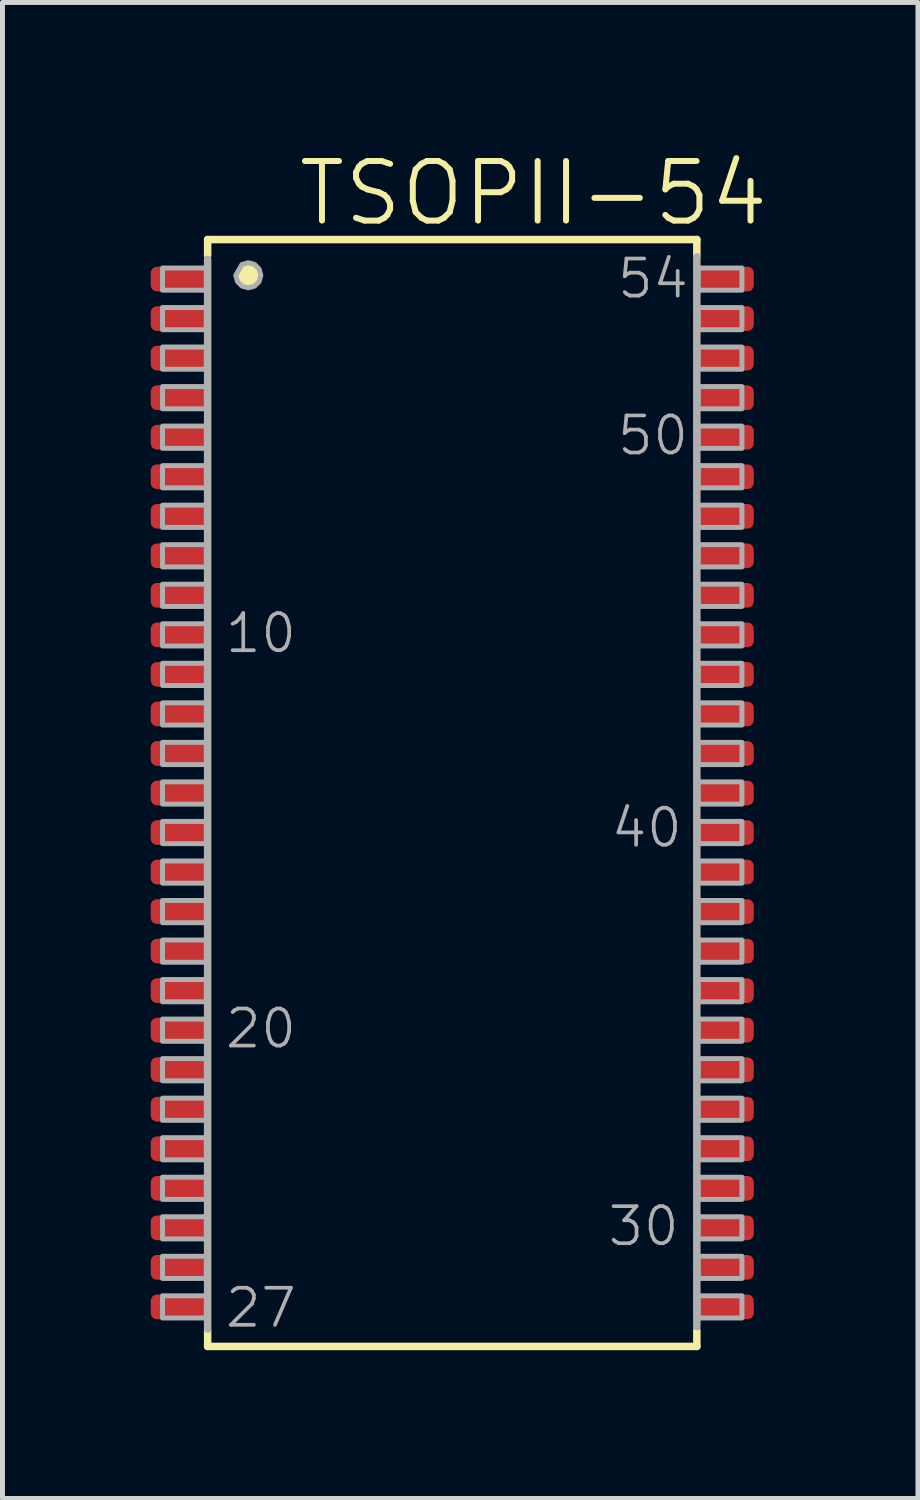
<source format=kicad_pcb>
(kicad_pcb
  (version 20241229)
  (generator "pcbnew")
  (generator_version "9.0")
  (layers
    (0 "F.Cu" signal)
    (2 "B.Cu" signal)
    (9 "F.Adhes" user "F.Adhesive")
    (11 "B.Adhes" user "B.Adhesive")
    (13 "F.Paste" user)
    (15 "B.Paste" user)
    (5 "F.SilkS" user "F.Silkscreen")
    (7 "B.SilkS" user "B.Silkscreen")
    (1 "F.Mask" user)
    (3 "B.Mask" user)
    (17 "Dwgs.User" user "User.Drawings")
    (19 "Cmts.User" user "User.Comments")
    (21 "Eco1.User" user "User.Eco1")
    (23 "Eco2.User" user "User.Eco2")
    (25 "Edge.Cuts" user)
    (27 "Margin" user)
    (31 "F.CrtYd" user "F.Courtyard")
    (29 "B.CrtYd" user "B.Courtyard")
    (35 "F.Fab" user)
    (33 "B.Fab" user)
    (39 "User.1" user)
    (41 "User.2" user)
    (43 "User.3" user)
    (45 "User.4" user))
  (footprint "TSOPII-54"
    (layer "F.Cu")
    (at 6.102 12.998)
    (property "Reference" "TSOPII-54" (at -3.175 -11.43 180) (layer "F.SilkS") (effects (font (size 1.206 1.206) (thickness 0.121)) (justify left bottom)))
    (attr through_hole)
    (fp_line (start -4.95 -11.2) (end -4.95 -10.875) (stroke (width 0.152) (type solid)) (layer "F.SilkS"))
    (fp_line (start -4.95 11.2) (end -4.95 10.875) (stroke (width 0.152) (type solid)) (layer "F.SilkS"))
    (fp_line (start -4.95 11.2) (end 4.95 11.2) (stroke (width 0.152) (type solid)) (layer "F.SilkS"))
    (fp_line (start 4.95 -11.2) (end -4.95 -11.2) (stroke (width 0.152) (type solid)) (layer "F.SilkS"))
    (fp_line (start 4.95 -11.2) (end 4.95 -10.875) (stroke (width 0.152) (type solid)) (layer "F.SilkS"))
    (fp_line (start 4.95 11.2) (end 4.95 10.875) (stroke (width 0.152) (type solid)) (layer "F.SilkS"))
    (fp_poly (pts (xy -4.381 -10.477) (xy -4.347 -10.351) (xy -4.255 -10.258) (xy -4.128 -10.223) (xy -4 -10.258) (xy -3.908 -10.351) (xy -3.873 -10.477) (xy -3.908 -10.604) (xy -4 -10.697) (xy -4.128 -10.732) (xy -4.255 -10.697)) (stroke (width 0) (type solid)) (fill yes) (layer "F.SilkS"))
    (fp_line (start -4.95 -10.8) (end -4.95 10.85) (stroke (width 0.152) (type solid)) (layer "F.Fab"))
    (fp_line (start 4.95 10.8) (end 4.95 -10.85) (stroke (width 0.152) (type solid)) (layer "F.Fab"))
    (fp_poly (pts (xy -5.863 -10.625) (xy -5.863 -10.175) (xy -4.975 -10.175) (xy -4.975 -10.625)) (stroke (width 0.1) (type solid)) (fill no) (layer "F.Fab"))
    (fp_poly (pts (xy -5.863 -9.825) (xy -5.863 -9.375) (xy -4.975 -9.375) (xy -4.975 -9.825)) (stroke (width 0.1) (type solid)) (fill no) (layer "F.Fab"))
    (fp_poly (pts (xy -5.863 -9.025) (xy -5.863 -8.575) (xy -4.975 -8.575) (xy -4.975 -9.025)) (stroke (width 0.1) (type solid)) (fill no) (layer "F.Fab"))
    (fp_poly (pts (xy -5.863 -8.225) (xy -5.863 -7.775) (xy -4.975 -7.775) (xy -4.975 -8.225)) (stroke (width 0.1) (type solid)) (fill no) (layer "F.Fab"))
    (fp_poly (pts (xy -5.863 -7.425) (xy -5.863 -6.975) (xy -4.975 -6.975) (xy -4.975 -7.425)) (stroke (width 0.1) (type solid)) (fill no) (layer "F.Fab"))
    (fp_poly (pts (xy -5.863 -6.625) (xy -5.863 -6.175) (xy -4.975 -6.175) (xy -4.975 -6.625)) (stroke (width 0.1) (type solid)) (fill no) (layer "F.Fab"))
    (fp_poly (pts (xy -5.863 -5.825) (xy -5.863 -5.375) (xy -4.975 -5.375) (xy -4.975 -5.825)) (stroke (width 0.1) (type solid)) (fill no) (layer "F.Fab"))
    (fp_poly (pts (xy -5.863 -5.025) (xy -5.863 -4.575) (xy -4.975 -4.575) (xy -4.975 -5.025)) (stroke (width 0.1) (type solid)) (fill no) (layer "F.Fab"))
    (fp_poly (pts (xy -5.863 -4.225) (xy -5.863 -3.775) (xy -4.975 -3.775) (xy -4.975 -4.225)) (stroke (width 0.1) (type solid)) (fill no) (layer "F.Fab"))
    (fp_poly (pts (xy -5.863 -3.425) (xy -5.863 -2.975) (xy -4.975 -2.975) (xy -4.975 -3.425)) (stroke (width 0.1) (type solid)) (fill no) (layer "F.Fab"))
    (fp_poly (pts (xy -5.863 -2.625) (xy -5.863 -2.175) (xy -4.975 -2.175) (xy -4.975 -2.625)) (stroke (width 0.1) (type solid)) (fill no) (layer "F.Fab"))
    (fp_poly (pts (xy -5.863 -1.825) (xy -5.863 -1.375) (xy -4.975 -1.375) (xy -4.975 -1.825)) (stroke (width 0.1) (type solid)) (fill no) (layer "F.Fab"))
    (fp_poly (pts (xy -5.863 -1.025) (xy -5.863 -0.575) (xy -4.975 -0.575) (xy -4.975 -1.025)) (stroke (width 0.1) (type solid)) (fill no) (layer "F.Fab"))
    (fp_poly (pts (xy -5.863 -0.225) (xy -5.863 0.225) (xy -4.975 0.225) (xy -4.975 -0.225)) (stroke (width 0.1) (type solid)) (fill no) (layer "F.Fab"))
    (fp_poly (pts (xy -5.863 0.575) (xy -5.863 1.025) (xy -4.975 1.025) (xy -4.975 0.575)) (stroke (width 0.1) (type solid)) (fill no) (layer "F.Fab"))
    (fp_poly (pts (xy -5.863 1.375) (xy -5.863 1.825) (xy -4.975 1.825) (xy -4.975 1.375)) (stroke (width 0.1) (type solid)) (fill no) (layer "F.Fab"))
    (fp_poly (pts (xy -5.863 2.175) (xy -5.863 2.625) (xy -4.975 2.625) (xy -4.975 2.175)) (stroke (width 0.1) (type solid)) (fill no) (layer "F.Fab"))
    (fp_poly (pts (xy -5.863 2.975) (xy -5.863 3.425) (xy -4.975 3.425) (xy -4.975 2.975)) (stroke (width 0.1) (type solid)) (fill no) (layer "F.Fab"))
    (fp_poly (pts (xy -5.863 3.775) (xy -5.863 4.225) (xy -4.975 4.225) (xy -4.975 3.775)) (stroke (width 0.1) (type solid)) (fill no) (layer "F.Fab"))
    (fp_poly (pts (xy -5.863 4.575) (xy -5.863 5.025) (xy -4.975 5.025) (xy -4.975 4.575)) (stroke (width 0.1) (type solid)) (fill no) (layer "F.Fab"))
    (fp_poly (pts (xy -5.863 5.375) (xy -5.863 5.825) (xy -4.975 5.825) (xy -4.975 5.375)) (stroke (width 0.1) (type solid)) (fill no) (layer "F.Fab"))
    (fp_poly (pts (xy -5.863 6.175) (xy -5.863 6.625) (xy -4.975 6.625) (xy -4.975 6.175)) (stroke (width 0.1) (type solid)) (fill no) (layer "F.Fab"))
    (fp_poly (pts (xy -5.863 6.975) (xy -5.863 7.425) (xy -4.975 7.425) (xy -4.975 6.975)) (stroke (width 0.1) (type solid)) (fill no) (layer "F.Fab"))
    (fp_poly (pts (xy -5.863 7.775) (xy -5.863 8.225) (xy -4.975 8.225) (xy -4.975 7.775)) (stroke (width 0.1) (type solid)) (fill no) (layer "F.Fab"))
    (fp_poly (pts (xy -5.863 8.575) (xy -5.863 9.025) (xy -4.975 9.025) (xy -4.975 8.575)) (stroke (width 0.1) (type solid)) (fill no) (layer "F.Fab"))
    (fp_poly (pts (xy -5.863 9.375) (xy -5.863 9.825) (xy -4.975 9.825) (xy -4.975 9.375)) (stroke (width 0.1) (type solid)) (fill no) (layer "F.Fab"))
    (fp_poly (pts (xy -5.863 10.175) (xy -5.863 10.625) (xy -4.975 10.625) (xy -4.975 10.175)) (stroke (width 0.1) (type solid)) (fill no) (layer "F.Fab"))
    (fp_poly (pts (xy 5.863 -10.175) (xy 5.863 -10.625) (xy 4.975 -10.625) (xy 4.975 -10.175)) (stroke (width 0.1) (type solid)) (fill no) (layer "F.Fab"))
    (fp_poly (pts (xy 5.863 -9.375) (xy 5.863 -9.825) (xy 4.975 -9.825) (xy 4.975 -9.375)) (stroke (width 0.1) (type solid)) (fill no) (layer "F.Fab"))
    (fp_poly (pts (xy 5.863 -8.575) (xy 5.863 -9.025) (xy 4.975 -9.025) (xy 4.975 -8.575)) (stroke (width 0.1) (type solid)) (fill no) (layer "F.Fab"))
    (fp_poly (pts (xy 5.863 -7.775) (xy 5.863 -8.225) (xy 4.975 -8.225) (xy 4.975 -7.775)) (stroke (width 0.1) (type solid)) (fill no) (layer "F.Fab"))
    (fp_poly (pts (xy 5.863 -6.975) (xy 5.863 -7.425) (xy 4.975 -7.425) (xy 4.975 -6.975)) (stroke (width 0.1) (type solid)) (fill no) (layer "F.Fab"))
    (fp_poly (pts (xy 5.863 -6.175) (xy 5.863 -6.625) (xy 4.975 -6.625) (xy 4.975 -6.175)) (stroke (width 0.1) (type solid)) (fill no) (layer "F.Fab"))
    (fp_poly (pts (xy 5.863 -5.375) (xy 5.863 -5.825) (xy 4.975 -5.825) (xy 4.975 -5.375)) (stroke (width 0.1) (type solid)) (fill no) (layer "F.Fab"))
    (fp_poly (pts (xy 5.863 -4.575) (xy 5.863 -5.025) (xy 4.975 -5.025) (xy 4.975 -4.575)) (stroke (width 0.1) (type solid)) (fill no) (layer "F.Fab"))
    (fp_poly (pts (xy 5.863 -3.775) (xy 5.863 -4.225) (xy 4.975 -4.225) (xy 4.975 -3.775)) (stroke (width 0.1) (type solid)) (fill no) (layer "F.Fab"))
    (fp_poly (pts (xy 5.863 -2.975) (xy 5.863 -3.425) (xy 4.975 -3.425) (xy 4.975 -2.975)) (stroke (width 0.1) (type solid)) (fill no) (layer "F.Fab"))
    (fp_poly (pts (xy 5.863 -2.175) (xy 5.863 -2.625) (xy 4.975 -2.625) (xy 4.975 -2.175)) (stroke (width 0.1) (type solid)) (fill no) (layer "F.Fab"))
    (fp_poly (pts (xy 5.863 -1.375) (xy 5.863 -1.825) (xy 4.975 -1.825) (xy 4.975 -1.375)) (stroke (width 0.1) (type solid)) (fill no) (layer "F.Fab"))
    (fp_poly (pts (xy 5.863 -0.575) (xy 5.863 -1.025) (xy 4.975 -1.025) (xy 4.975 -0.575)) (stroke (width 0.1) (type solid)) (fill no) (layer "F.Fab"))
    (fp_poly (pts (xy 5.863 0.225) (xy 5.863 -0.225) (xy 4.975 -0.225) (xy 4.975 0.225)) (stroke (width 0.1) (type solid)) (fill no) (layer "F.Fab"))
    (fp_poly (pts (xy 5.863 1.025) (xy 5.863 0.575) (xy 4.975 0.575) (xy 4.975 1.025)) (stroke (width 0.1) (type solid)) (fill no) (layer "F.Fab"))
    (fp_poly (pts (xy 5.863 1.825) (xy 5.863 1.375) (xy 4.975 1.375) (xy 4.975 1.825)) (stroke (width 0.1) (type solid)) (fill no) (layer "F.Fab"))
    (fp_poly (pts (xy 5.863 2.625) (xy 5.863 2.175) (xy 4.975 2.175) (xy 4.975 2.625)) (stroke (width 0.1) (type solid)) (fill no) (layer "F.Fab"))
    (fp_poly (pts (xy 5.863 3.425) (xy 5.863 2.975) (xy 4.975 2.975) (xy 4.975 3.425)) (stroke (width 0.1) (type solid)) (fill no) (layer "F.Fab"))
    (fp_poly (pts (xy 5.863 4.225) (xy 5.863 3.775) (xy 4.975 3.775) (xy 4.975 4.225)) (stroke (width 0.1) (type solid)) (fill no) (layer "F.Fab"))
    (fp_poly (pts (xy 5.863 5.025) (xy 5.863 4.575) (xy 4.975 4.575) (xy 4.975 5.025)) (stroke (width 0.1) (type solid)) (fill no) (layer "F.Fab"))
    (fp_poly (pts (xy 5.863 5.825) (xy 5.863 5.375) (xy 4.975 5.375) (xy 4.975 5.825)) (stroke (width 0.1) (type solid)) (fill no) (layer "F.Fab"))
    (fp_poly (pts (xy 5.863 6.625) (xy 5.863 6.175) (xy 4.975 6.175) (xy 4.975 6.625)) (stroke (width 0.1) (type solid)) (fill no) (layer "F.Fab"))
    (fp_poly (pts (xy 5.863 7.425) (xy 5.863 6.975) (xy 4.975 6.975) (xy 4.975 7.425)) (stroke (width 0.1) (type solid)) (fill no) (layer "F.Fab"))
    (fp_poly (pts (xy 5.863 8.225) (xy 5.863 7.775) (xy 4.975 7.775) (xy 4.975 8.225)) (stroke (width 0.1) (type solid)) (fill no) (layer "F.Fab"))
    (fp_poly (pts (xy 5.863 9.025) (xy 5.863 8.575) (xy 4.975 8.575) (xy 4.975 9.025)) (stroke (width 0.1) (type solid)) (fill no) (layer "F.Fab"))
    (fp_poly (pts (xy 5.863 9.825) (xy 5.863 9.375) (xy 4.975 9.375) (xy 4.975 9.825)) (stroke (width 0.1) (type solid)) (fill no) (layer "F.Fab"))
    (fp_poly (pts (xy 5.863 10.625) (xy 5.863 10.175) (xy 4.975 10.175) (xy 4.975 10.625)) (stroke (width 0.1) (type solid)) (fill no) (layer "F.Fab"))
    (fp_poly (pts (xy -4.381 -10.477) (xy -4.347 -10.351) (xy -4.255 -10.258) (xy -4.128 -10.223) (xy -4 -10.258) (xy -3.908 -10.351) (xy -3.873 -10.477) (xy -3.908 -10.604) (xy -4 -10.697) (xy -4.128 -10.732) (xy -4.255 -10.697)) (stroke (width 0.1) (type solid)) (fill no) (layer "F.Fab"))
    (fp_text user "30" (at 4.636 9.207 0) (layer "F.Fab") (effects (font (size 0.75 0.75) (thickness 0.075)) (justify right bottom)))
    (fp_text user "27" (at -4.636 10.858 0) (layer "F.Fab") (effects (font (size 0.75 0.75) (thickness 0.075)) (justify left bottom)))
    (fp_text user "40" (at 4.699 1.143 0) (layer "F.Fab") (effects (font (size 0.75 0.75) (thickness 0.075)) (justify right bottom)))
    (fp_text user "50" (at 4.826 -6.795 0) (layer "F.Fab") (effects (font (size 0.75 0.75) (thickness 0.075)) (justify right bottom)))
    (fp_text user "20" (at -4.636 5.207 0) (layer "F.Fab") (effects (font (size 0.75 0.75) (thickness 0.075)) (justify left bottom)))
    (fp_text user "54" (at 4.826 -9.97 0) (layer "F.Fab") (effects (font (size 0.75 0.75) (thickness 0.075)) (justify right bottom)))
    (fp_text user "10" (at -4.636 -2.794 0) (layer "F.Fab") (effects (font (size 0.75 0.75) (thickness 0.075)) (justify left bottom)))
    (pad "1" smd roundrect (at -5.502 -10.4 270) (size 0.5 1.2) (layers "F.Cu" "F.Mask" "F.Paste") (roundrect_rratio 0.25))
    (pad "2" smd roundrect (at -5.502 -9.6 270) (size 0.5 1.2) (layers "F.Cu" "F.Mask" "F.Paste") (roundrect_rratio 0.25))
    (pad "3" smd roundrect (at -5.502 -8.8 270) (size 0.5 1.2) (layers "F.Cu" "F.Mask" "F.Paste") (roundrect_rratio 0.25))
    (pad "4" smd roundrect (at -5.502 -8 270) (size 0.5 1.2) (layers "F.Cu" "F.Mask" "F.Paste") (roundrect_rratio 0.25))
    (pad "5" smd roundrect (at -5.502 -7.2 270) (size 0.5 1.2) (layers "F.Cu" "F.Mask" "F.Paste") (roundrect_rratio 0.25))
    (pad "6" smd roundrect (at -5.502 -6.4 270) (size 0.5 1.2) (layers "F.Cu" "F.Mask" "F.Paste") (roundrect_rratio 0.25))
    (pad "7" smd roundrect (at -5.502 -5.6 270) (size 0.5 1.2) (layers "F.Cu" "F.Mask" "F.Paste") (roundrect_rratio 0.25))
    (pad "8" smd roundrect (at -5.502 -4.8 270) (size 0.5 1.2) (layers "F.Cu" "F.Mask" "F.Paste") (roundrect_rratio 0.25))
    (pad "9" smd roundrect (at -5.502 -4 270) (size 0.5 1.2) (layers "F.Cu" "F.Mask" "F.Paste") (roundrect_rratio 0.25))
    (pad "10" smd roundrect (at -5.502 -3.2 270) (size 0.5 1.2) (layers "F.Cu" "F.Mask" "F.Paste") (roundrect_rratio 0.25))
    (pad "11" smd roundrect (at -5.502 -2.4 270) (size 0.5 1.2) (layers "F.Cu" "F.Mask" "F.Paste") (roundrect_rratio 0.25))
    (pad "12" smd roundrect (at -5.502 -1.6 270) (size 0.5 1.2) (layers "F.Cu" "F.Mask" "F.Paste") (roundrect_rratio 0.25))
    (pad "13" smd roundrect (at -5.502 -0.8 270) (size 0.5 1.2) (layers "F.Cu" "F.Mask" "F.Paste") (roundrect_rratio 0.25))
    (pad "14" smd roundrect (at -5.502 0 270) (size 0.5 1.2) (layers "F.Cu" "F.Mask" "F.Paste") (roundrect_rratio 0.25))
    (pad "15" smd roundrect (at -5.502 0.8 270) (size 0.5 1.2) (layers "F.Cu" "F.Mask" "F.Paste") (roundrect_rratio 0.25))
    (pad "16" smd roundrect (at -5.502 1.6 270) (size 0.5 1.2) (layers "F.Cu" "F.Mask" "F.Paste") (roundrect_rratio 0.25))
    (pad "17" smd roundrect (at -5.502 2.4 270) (size 0.5 1.2) (layers "F.Cu" "F.Mask" "F.Paste") (roundrect_rratio 0.25))
    (pad "18" smd roundrect (at -5.502 3.2 270) (size 0.5 1.2) (layers "F.Cu" "F.Mask" "F.Paste") (roundrect_rratio 0.25))
    (pad "19" smd roundrect (at -5.502 4 270) (size 0.5 1.2) (layers "F.Cu" "F.Mask" "F.Paste") (roundrect_rratio 0.25))
    (pad "20" smd roundrect (at -5.502 4.8 270) (size 0.5 1.2) (layers "F.Cu" "F.Mask" "F.Paste") (roundrect_rratio 0.25))
    (pad "21" smd roundrect (at -5.502 5.6 270) (size 0.5 1.2) (layers "F.Cu" "F.Mask" "F.Paste") (roundrect_rratio 0.25))
    (pad "22" smd roundrect (at -5.502 6.4 270) (size 0.5 1.2) (layers "F.Cu" "F.Mask" "F.Paste") (roundrect_rratio 0.25))
    (pad "23" smd roundrect (at -5.502 7.2 270) (size 0.5 1.2) (layers "F.Cu" "F.Mask" "F.Paste") (roundrect_rratio 0.25))
    (pad "24" smd roundrect (at -5.502 8 270) (size 0.5 1.2) (layers "F.Cu" "F.Mask" "F.Paste") (roundrect_rratio 0.25))
    (pad "25" smd roundrect (at -5.502 8.8 270) (size 0.5 1.2) (layers "F.Cu" "F.Mask" "F.Paste") (roundrect_rratio 0.25))
    (pad "26" smd roundrect (at -5.502 9.6 270) (size 0.5 1.2) (layers "F.Cu" "F.Mask" "F.Paste") (roundrect_rratio 0.25))
    (pad "27" smd roundrect (at -5.502 10.4 270) (size 0.5 1.2) (layers "F.Cu" "F.Mask" "F.Paste") (roundrect_rratio 0.25))
    (pad "28" smd roundrect (at 5.502 10.4 90) (size 0.5 1.2) (layers "F.Cu" "F.Mask" "F.Paste") (roundrect_rratio 0.25))
    (pad "29" smd roundrect (at 5.502 9.6 90) (size 0.5 1.2) (layers "F.Cu" "F.Mask" "F.Paste") (roundrect_rratio 0.25))
    (pad "30" smd roundrect (at 5.502 8.8 90) (size 0.5 1.2) (layers "F.Cu" "F.Mask" "F.Paste") (roundrect_rratio 0.25))
    (pad "31" smd roundrect (at 5.502 8 90) (size 0.5 1.2) (layers "F.Cu" "F.Mask" "F.Paste") (roundrect_rratio 0.25))
    (pad "32" smd roundrect (at 5.502 7.2 90) (size 0.5 1.2) (layers "F.Cu" "F.Mask" "F.Paste") (roundrect_rratio 0.25))
    (pad "33" smd roundrect (at 5.502 6.4 90) (size 0.5 1.2) (layers "F.Cu" "F.Mask" "F.Paste") (roundrect_rratio 0.25))
    (pad "34" smd roundrect (at 5.502 5.6 90) (size 0.5 1.2) (layers "F.Cu" "F.Mask" "F.Paste") (roundrect_rratio 0.25))
    (pad "35" smd roundrect (at 5.502 4.8 90) (size 0.5 1.2) (layers "F.Cu" "F.Mask" "F.Paste") (roundrect_rratio 0.25))
    (pad "36" smd roundrect (at 5.502 4 90) (size 0.5 1.2) (layers "F.Cu" "F.Mask" "F.Paste") (roundrect_rratio 0.25))
    (pad "37" smd roundrect (at 5.502 3.2 90) (size 0.5 1.2) (layers "F.Cu" "F.Mask" "F.Paste") (roundrect_rratio 0.25))
    (pad "38" smd roundrect (at 5.502 2.4 90) (size 0.5 1.2) (layers "F.Cu" "F.Mask" "F.Paste") (roundrect_rratio 0.25))
    (pad "39" smd roundrect (at 5.502 1.6 90) (size 0.5 1.2) (layers "F.Cu" "F.Mask" "F.Paste") (roundrect_rratio 0.25))
    (pad "40" smd roundrect (at 5.502 0.8 90) (size 0.5 1.2) (layers "F.Cu" "F.Mask" "F.Paste") (roundrect_rratio 0.25))
    (pad "41" smd roundrect (at 5.502 0 90) (size 0.5 1.2) (layers "F.Cu" "F.Mask" "F.Paste") (roundrect_rratio 0.25))
    (pad "42" smd roundrect (at 5.502 -0.8 90) (size 0.5 1.2) (layers "F.Cu" "F.Mask" "F.Paste") (roundrect_rratio 0.25))
    (pad "43" smd roundrect (at 5.502 -1.6 90) (size 0.5 1.2) (layers "F.Cu" "F.Mask" "F.Paste") (roundrect_rratio 0.25))
    (pad "44" smd roundrect (at 5.502 -2.4 90) (size 0.5 1.2) (layers "F.Cu" "F.Mask" "F.Paste") (roundrect_rratio 0.25))
    (pad "45" smd roundrect (at 5.502 -3.2 90) (size 0.5 1.2) (layers "F.Cu" "F.Mask" "F.Paste") (roundrect_rratio 0.25))
    (pad "46" smd roundrect (at 5.502 -4 90) (size 0.5 1.2) (layers "F.Cu" "F.Mask" "F.Paste") (roundrect_rratio 0.25))
    (pad "47" smd roundrect (at 5.502 -4.8 90) (size 0.5 1.2) (layers "F.Cu" "F.Mask" "F.Paste") (roundrect_rratio 0.25))
    (pad "48" smd roundrect (at 5.502 -5.6 90) (size 0.5 1.2) (layers "F.Cu" "F.Mask" "F.Paste") (roundrect_rratio 0.25))
    (pad "49" smd roundrect (at 5.502 -6.4 90) (size 0.5 1.2) (layers "F.Cu" "F.Mask" "F.Paste") (roundrect_rratio 0.25))
    (pad "50" smd roundrect (at 5.502 -7.2 90) (size 0.5 1.2) (layers "F.Cu" "F.Mask" "F.Paste") (roundrect_rratio 0.25))
    (pad "51" smd roundrect (at 5.502 -8 90) (size 0.5 1.2) (layers "F.Cu" "F.Mask" "F.Paste") (roundrect_rratio 0.25))
    (pad "52" smd roundrect (at 5.502 -8.8 90) (size 0.5 1.2) (layers "F.Cu" "F.Mask" "F.Paste") (roundrect_rratio 0.25))
    (pad "53" smd roundrect (at 5.502 -9.6 90) (size 0.5 1.2) (layers "F.Cu" "F.Mask" "F.Paste") (roundrect_rratio 0.25))
    (pad "54" smd roundrect (at 5.502 -10.4 90) (size 0.5 1.2) (layers "F.Cu" "F.Mask" "F.Paste") (roundrect_rratio 0.25)))
  (gr_rect
    (start -3 -3)
    (end 15.527 27.275)
    (stroke (width 0.1) (type default))
    (fill no)
    (layer "Edge.Cuts")))
</source>
